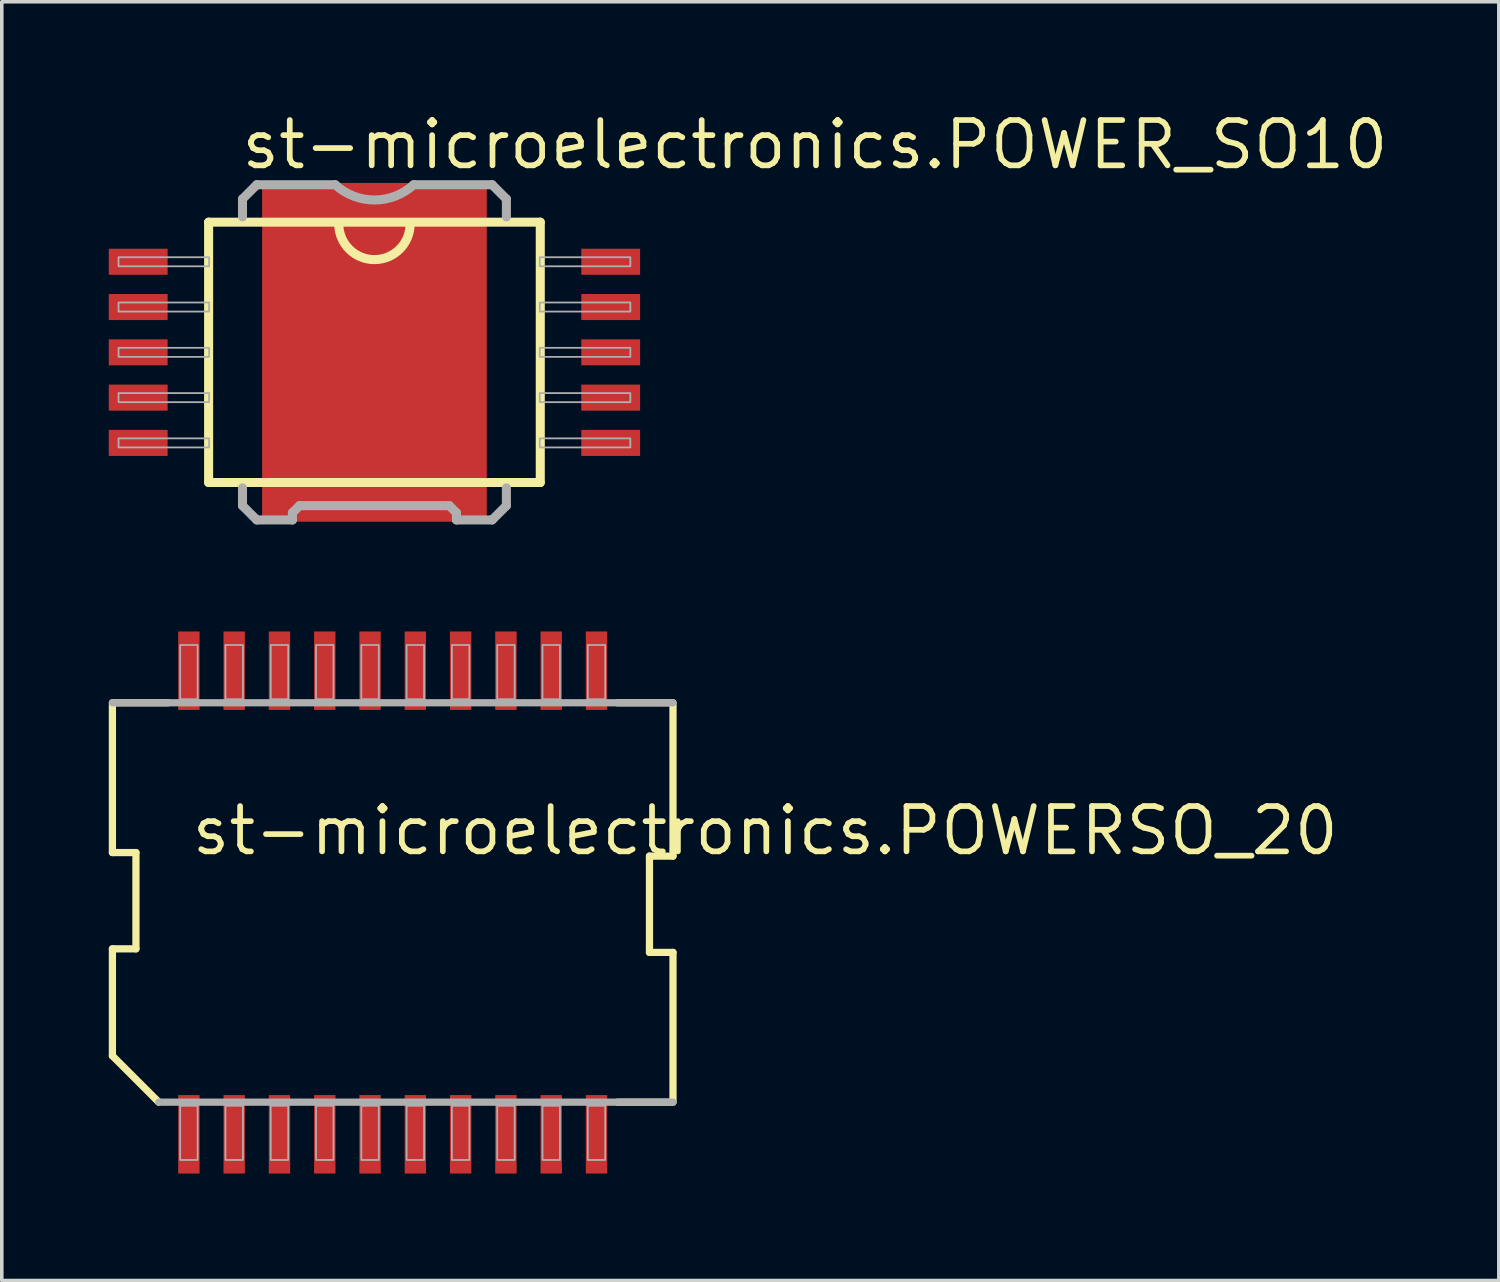
<source format=kicad_pcb>
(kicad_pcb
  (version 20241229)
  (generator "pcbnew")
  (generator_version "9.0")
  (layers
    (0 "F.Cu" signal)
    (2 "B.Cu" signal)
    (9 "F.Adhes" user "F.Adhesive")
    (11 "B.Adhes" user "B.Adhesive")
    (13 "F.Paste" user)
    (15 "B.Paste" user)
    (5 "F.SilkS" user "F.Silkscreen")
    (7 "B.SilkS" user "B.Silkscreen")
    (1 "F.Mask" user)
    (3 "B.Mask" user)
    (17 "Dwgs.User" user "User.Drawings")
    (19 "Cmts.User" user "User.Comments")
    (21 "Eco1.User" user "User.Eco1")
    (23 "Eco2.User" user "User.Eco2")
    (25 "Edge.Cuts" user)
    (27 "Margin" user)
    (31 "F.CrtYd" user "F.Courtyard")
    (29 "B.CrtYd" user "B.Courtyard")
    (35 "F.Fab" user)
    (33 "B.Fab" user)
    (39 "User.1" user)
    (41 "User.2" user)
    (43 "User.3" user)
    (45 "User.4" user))
  (footprint "st-microelectronics.POWERSO_20"
    (layer "F.Cu")
    (at 7.962 22.257)
    (property "Reference" "st-microelectronics.POWERSO_20" (at -5.715 -1.27 0) (layer "F.SilkS") (effects (font (size 1.27 1.27) (thickness 0.16)) (justify left bottom)))
    (attr smd)
    (fp_line (start -7.86 -1.4) (end -7.86 -5.6) (stroke (width 0.203) (type default)) (layer "F.SilkS"))
    (fp_line (start -7.86 1.3) (end -7.2 1.3) (stroke (width 0.203) (type default)) (layer "F.SilkS"))
    (fp_line (start -7.86 4.3) (end -7.86 1.3) (stroke (width 0.203) (type default)) (layer "F.SilkS"))
    (fp_line (start -7.8 -5.6) (end -6.3 -5.6) (stroke (width 0.203) (type default)) (layer "F.SilkS"))
    (fp_line (start -7.2 -1.4) (end -7.86 -1.4) (stroke (width 0.203) (type default)) (layer "F.SilkS"))
    (fp_line (start -7.2 1.3) (end -7.2 -1.4) (stroke (width 0.203) (type default)) (layer "F.SilkS"))
    (fp_line (start -6.56 5.6) (end -7.86 4.3) (stroke (width 0.203) (type default)) (layer "F.SilkS"))
    (fp_line (start 7.2 -1.3) (end 7.2 1.4) (stroke (width 0.203) (type default)) (layer "F.SilkS"))
    (fp_line (start 7.2 1.4) (end 7.86 1.4) (stroke (width 0.203) (type default)) (layer "F.SilkS"))
    (fp_line (start 7.8 -5.6) (end 6.3 -5.6) (stroke (width 0.203) (type default)) (layer "F.SilkS"))
    (fp_line (start 7.8 5.6) (end 6.3 5.6) (stroke (width 0.203) (type default)) (layer "F.SilkS"))
    (fp_line (start 7.86 -5.6) (end 7.86 -1.3) (stroke (width 0.203) (type default)) (layer "F.SilkS"))
    (fp_line (start 7.86 -1.3) (end 7.2 -1.3) (stroke (width 0.203) (type default)) (layer "F.SilkS"))
    (fp_line (start 7.86 1.4) (end 7.86 5.6) (stroke (width 0.203) (type default)) (layer "F.SilkS"))
    (fp_line (start -7.86 -5.6) (end 7.86 -5.6) (stroke (width 0.203) (type default)) (layer "F.Fab"))
    (fp_line (start 7.86 5.6) (end -6.56 5.6) (stroke (width 0.203) (type default)) (layer "F.Fab"))
    (fp_rect (start -5.96 -5.7) (end -5.47 -7.22) (stroke (width 0.05) (type default)) (fill no) (layer "F.Fab"))
    (fp_rect (start -5.96 7.22) (end -5.47 5.7) (stroke (width 0.05) (type default)) (fill no) (layer "F.Fab"))
    (fp_rect (start -4.69 -5.7) (end -4.2 -7.22) (stroke (width 0.05) (type default)) (fill no) (layer "F.Fab"))
    (fp_rect (start -4.69 7.22) (end -4.2 5.7) (stroke (width 0.05) (type default)) (fill no) (layer "F.Fab"))
    (fp_rect (start -3.42 -5.7) (end -2.93 -7.22) (stroke (width 0.05) (type default)) (fill no) (layer "F.Fab"))
    (fp_rect (start -3.42 7.22) (end -2.93 5.7) (stroke (width 0.05) (type default)) (fill no) (layer "F.Fab"))
    (fp_rect (start -2.15 -5.7) (end -1.66 -7.22) (stroke (width 0.05) (type default)) (fill no) (layer "F.Fab"))
    (fp_rect (start -2.15 7.22) (end -1.66 5.7) (stroke (width 0.05) (type default)) (fill no) (layer "F.Fab"))
    (fp_rect (start -0.88 -5.7) (end -0.39 -7.22) (stroke (width 0.05) (type default)) (fill no) (layer "F.Fab"))
    (fp_rect (start -0.88 7.22) (end -0.39 5.7) (stroke (width 0.05) (type default)) (fill no) (layer "F.Fab"))
    (fp_rect (start 0.39 -5.7) (end 0.88 -7.22) (stroke (width 0.05) (type default)) (fill no) (layer "F.Fab"))
    (fp_rect (start 0.39 7.22) (end 0.88 5.7) (stroke (width 0.05) (type default)) (fill no) (layer "F.Fab"))
    (fp_rect (start 1.66 -5.7) (end 2.15 -7.22) (stroke (width 0.05) (type default)) (fill no) (layer "F.Fab"))
    (fp_rect (start 1.66 7.22) (end 2.15 5.7) (stroke (width 0.05) (type default)) (fill no) (layer "F.Fab"))
    (fp_rect (start 2.93 -5.7) (end 3.42 -7.22) (stroke (width 0.05) (type default)) (fill no) (layer "F.Fab"))
    (fp_rect (start 2.93 7.22) (end 3.42 5.7) (stroke (width 0.05) (type default)) (fill no) (layer "F.Fab"))
    (fp_rect (start 4.2 -5.7) (end 4.69 -7.22) (stroke (width 0.05) (type default)) (fill no) (layer "F.Fab"))
    (fp_rect (start 4.2 7.22) (end 4.69 5.7) (stroke (width 0.05) (type default)) (fill no) (layer "F.Fab"))
    (fp_rect (start 5.47 -5.7) (end 5.96 -7.22) (stroke (width 0.05) (type default)) (fill no) (layer "F.Fab"))
    (fp_rect (start 5.47 7.22) (end 5.96 5.7) (stroke (width 0.05) (type default)) (fill no) (layer "F.Fab"))
    (pad "1" smd roundrect (at -5.715 6.5) (size 0.6 2.2) (layers "F.Cu" "F.Mask" "F.Paste") (roundrect_rratio 0.01))
    (pad "2" smd roundrect (at -4.445 6.5) (size 0.6 2.2) (layers "F.Cu" "F.Mask" "F.Paste") (roundrect_rratio 0.01))
    (pad "3" smd roundrect (at -3.175 6.5) (size 0.6 2.2) (layers "F.Cu" "F.Mask" "F.Paste") (roundrect_rratio 0.01))
    (pad "4" smd roundrect (at -1.905 6.5) (size 0.6 2.2) (layers "F.Cu" "F.Mask" "F.Paste") (roundrect_rratio 0.01))
    (pad "5" smd roundrect (at -0.635 6.5) (size 0.6 2.2) (layers "F.Cu" "F.Mask" "F.Paste") (roundrect_rratio 0.01))
    (pad "6" smd roundrect (at 0.635 6.5) (size 0.6 2.2) (layers "F.Cu" "F.Mask" "F.Paste") (roundrect_rratio 0.01))
    (pad "7" smd roundrect (at 1.905 6.5) (size 0.6 2.2) (layers "F.Cu" "F.Mask" "F.Paste") (roundrect_rratio 0.01))
    (pad "8" smd roundrect (at 3.175 6.5) (size 0.6 2.2) (layers "F.Cu" "F.Mask" "F.Paste") (roundrect_rratio 0.01))
    (pad "9" smd roundrect (at 4.445 6.5) (size 0.6 2.2) (layers "F.Cu" "F.Mask" "F.Paste") (roundrect_rratio 0.01))
    (pad "10" smd roundrect (at 5.715 6.5) (size 0.6 2.2) (layers "F.Cu" "F.Mask" "F.Paste") (roundrect_rratio 0.01))
    (pad "11" smd roundrect (at 5.715 -6.5) (size 0.6 2.2) (layers "F.Cu" "F.Mask" "F.Paste") (roundrect_rratio 0.01))
    (pad "12" smd roundrect (at 4.445 -6.5) (size 0.6 2.2) (layers "F.Cu" "F.Mask" "F.Paste") (roundrect_rratio 0.01))
    (pad "13" smd roundrect (at 3.175 -6.5) (size 0.6 2.2) (layers "F.Cu" "F.Mask" "F.Paste") (roundrect_rratio 0.01))
    (pad "14" smd roundrect (at 1.905 -6.5) (size 0.6 2.2) (layers "F.Cu" "F.Mask" "F.Paste") (roundrect_rratio 0.01))
    (pad "15" smd roundrect (at 0.635 -6.5) (size 0.6 2.2) (layers "F.Cu" "F.Mask" "F.Paste") (roundrect_rratio 0.01))
    (pad "16" smd roundrect (at -0.635 -6.5) (size 0.6 2.2) (layers "F.Cu" "F.Mask" "F.Paste") (roundrect_rratio 0.01))
    (pad "17" smd roundrect (at -1.905 -6.5) (size 0.6 2.2) (layers "F.Cu" "F.Mask" "F.Paste") (roundrect_rratio 0.01))
    (pad "18" smd roundrect (at -3.175 -6.5) (size 0.6 2.2) (layers "F.Cu" "F.Mask" "F.Paste") (roundrect_rratio 0.01))
    (pad "19" smd roundrect (at -4.445 -6.5) (size 0.6 2.2) (layers "F.Cu" "F.Mask" "F.Paste") (roundrect_rratio 0.01))
    (pad "20" smd roundrect (at -5.715 -6.5) (size 0.6 2.2) (layers "F.Cu" "F.Mask" "F.Paste") (roundrect_rratio 0.01)))
  (footprint "st-microelectronics.POWER_SO10"
    (layer "F.Cu")
    (at 7.45 6.83)
    (property "Reference" "st-microelectronics.POWER_SO10" (at -3.81 -5.08 0) (layer "F.SilkS") (effects (font (size 1.27 1.27) (thickness 0.16)) (justify left bottom)))
    (attr smd)
    (fp_line (start -4.65 -3.65) (end 4.65 -3.65) (stroke (width 0.254) (type default)) (layer "F.SilkS"))
    (fp_line (start -4.65 3.65) (end -4.65 -3.65) (stroke (width 0.254) (type default)) (layer "F.SilkS"))
    (fp_line (start 4.65 -3.65) (end 4.65 3.65) (stroke (width 0.254) (type default)) (layer "F.SilkS"))
    (fp_line (start 4.65 3.65) (end -4.65 3.65) (stroke (width 0.254) (type default)) (layer "F.SilkS"))
    (fp_arc (start 1 -3.6) (mid 0 -2.6) (end -1 -3.6) (stroke (width 0.254) (type default)) (layer "F.SilkS"))
    (fp_line (start -3.7 -4.3) (end -3.3 -4.7) (stroke (width 0.254) (type default)) (layer "F.Fab"))
    (fp_line (start -3.7 -3.8) (end -3.7 -4.3) (stroke (width 0.254) (type default)) (layer "F.Fab"))
    (fp_line (start -3.7 4.3) (end -3.7 3.8) (stroke (width 0.254) (type default)) (layer "F.Fab"))
    (fp_line (start -3.3 -4.7) (end -1.1 -4.7) (stroke (width 0.254) (type default)) (layer "F.Fab"))
    (fp_line (start -3.3 4.7) (end -3.7 4.3) (stroke (width 0.254) (type default)) (layer "F.Fab"))
    (fp_line (start -2.3 4.5) (end -2.1 4.3) (stroke (width 0.254) (type default)) (layer "F.Fab"))
    (fp_line (start -2.3 4.7) (end -3.3 4.7) (stroke (width 0.254) (type default)) (layer "F.Fab"))
    (fp_line (start -2.3 4.7) (end -2.3 4.5) (stroke (width 0.254) (type default)) (layer "F.Fab"))
    (fp_line (start -2.1 4.3) (end 2.1 4.3) (stroke (width 0.254) (type default)) (layer "F.Fab"))
    (fp_line (start 1.1 -4.7) (end 3.3 -4.7) (stroke (width 0.254) (type default)) (layer "F.Fab"))
    (fp_line (start 2.1 4.3) (end 2.3 4.5) (stroke (width 0.254) (type default)) (layer "F.Fab"))
    (fp_line (start 2.3 4.5) (end 2.3 4.7) (stroke (width 0.254) (type default)) (layer "F.Fab"))
    (fp_line (start 3.3 -4.7) (end 3.7 -4.3) (stroke (width 0.254) (type default)) (layer "F.Fab"))
    (fp_line (start 3.3 4.7) (end 2.3 4.7) (stroke (width 0.254) (type default)) (layer "F.Fab"))
    (fp_line (start 3.7 -4.3) (end 3.7 -3.8) (stroke (width 0.254) (type default)) (layer "F.Fab"))
    (fp_line (start 3.7 3.8) (end 3.7 4.3) (stroke (width 0.254) (type default)) (layer "F.Fab"))
    (fp_line (start 3.7 4.3) (end 3.3 4.7) (stroke (width 0.254) (type default)) (layer "F.Fab"))
    (fp_rect (start -7.176 -2.413) (end -4.636 -2.667) (stroke (width 0.05) (type default)) (fill no) (layer "F.Fab"))
    (fp_rect (start -7.176 -1.143) (end -4.636 -1.397) (stroke (width 0.05) (type default)) (fill no) (layer "F.Fab"))
    (fp_rect (start -7.176 0.127) (end -4.636 -0.127) (stroke (width 0.05) (type default)) (fill no) (layer "F.Fab"))
    (fp_rect (start -7.176 1.397) (end -4.636 1.143) (stroke (width 0.05) (type default)) (fill no) (layer "F.Fab"))
    (fp_rect (start -7.176 2.667) (end -4.636 2.413) (stroke (width 0.05) (type default)) (fill no) (layer "F.Fab"))
    (fp_rect (start 4.636 -2.413) (end 7.176 -2.667) (stroke (width 0.05) (type default)) (fill no) (layer "F.Fab"))
    (fp_rect (start 4.636 -1.143) (end 7.176 -1.397) (stroke (width 0.05) (type default)) (fill no) (layer "F.Fab"))
    (fp_rect (start 4.636 0.127) (end 7.176 -0.127) (stroke (width 0.05) (type default)) (fill no) (layer "F.Fab"))
    (fp_rect (start 4.636 1.397) (end 7.176 1.143) (stroke (width 0.05) (type default)) (fill no) (layer "F.Fab"))
    (fp_rect (start 4.636 2.667) (end 7.176 2.413) (stroke (width 0.05) (type default)) (fill no) (layer "F.Fab"))
    (fp_arc (start 1.1 -4.7) (mid 0 -4.272118) (end -1.1 -4.7) (stroke (width 0.254) (type default)) (layer "F.Fab"))
    (pad "1" smd roundrect (at -6.625 -2.54) (size 1.65 0.73) (layers "F.Cu" "F.Mask" "F.Paste") (roundrect_rratio 0.01))
    (pad "2" smd roundrect (at -6.625 -1.27) (size 1.65 0.73) (layers "F.Cu" "F.Mask" "F.Paste") (roundrect_rratio 0.01))
    (pad "3" smd roundrect (at -6.625 0) (size 1.65 0.73) (layers "F.Cu" "F.Mask" "F.Paste") (roundrect_rratio 0.01))
    (pad "4" smd roundrect (at -6.625 1.27) (size 1.65 0.73) (layers "F.Cu" "F.Mask" "F.Paste") (roundrect_rratio 0.01))
    (pad "5" smd roundrect (at -6.625 2.54) (size 1.65 0.73) (layers "F.Cu" "F.Mask" "F.Paste") (roundrect_rratio 0.01))
    (pad "6" smd roundrect (at 6.625 2.54) (size 1.65 0.73) (layers "F.Cu" "F.Mask" "F.Paste") (roundrect_rratio 0.01))
    (pad "7" smd roundrect (at 6.625 1.27) (size 1.65 0.73) (layers "F.Cu" "F.Mask" "F.Paste") (roundrect_rratio 0.01))
    (pad "8" smd roundrect (at 6.625 0) (size 1.65 0.73) (layers "F.Cu" "F.Mask" "F.Paste") (roundrect_rratio 0.01))
    (pad "9" smd roundrect (at 6.625 -1.27) (size 1.65 0.73) (layers "F.Cu" "F.Mask" "F.Paste") (roundrect_rratio 0.01))
    (pad "10" smd roundrect (at 6.625 -2.54) (size 1.65 0.73) (layers "F.Cu" "F.Mask" "F.Paste") (roundrect_rratio 0.01))
    (pad "P" smd roundrect (at 0 0) (size 6.3 9.5) (layers "F.Cu" "F.Mask" "F.Paste") (roundrect_rratio 0.01)))
  (gr_rect
    (start -3 -3)
    (end 38.979 32.857)
    (stroke (width 0.1) (type default))
    (fill no)
    (layer "Edge.Cuts")))
</source>
